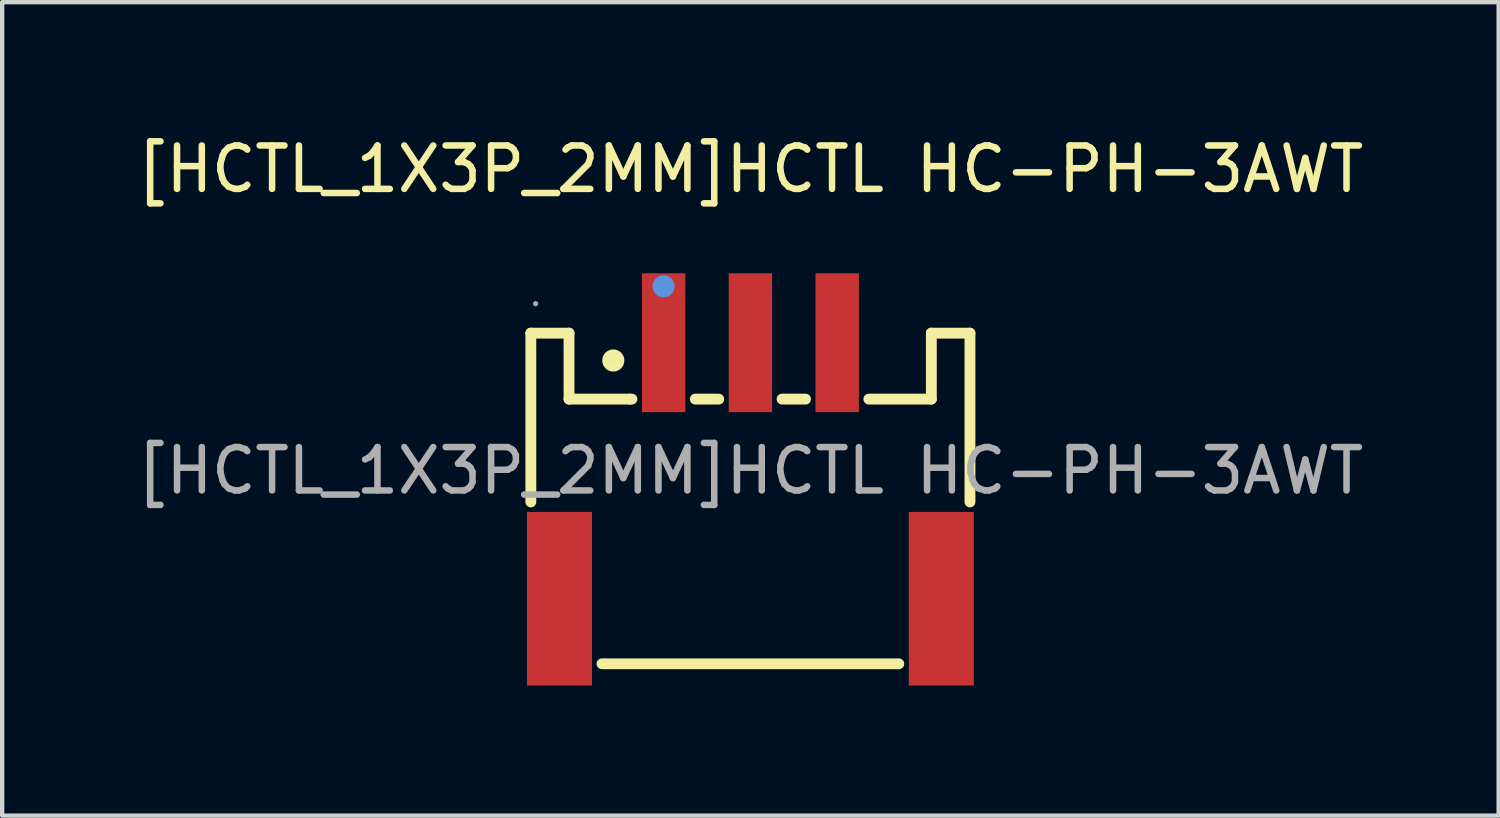
<source format=kicad_pcb>
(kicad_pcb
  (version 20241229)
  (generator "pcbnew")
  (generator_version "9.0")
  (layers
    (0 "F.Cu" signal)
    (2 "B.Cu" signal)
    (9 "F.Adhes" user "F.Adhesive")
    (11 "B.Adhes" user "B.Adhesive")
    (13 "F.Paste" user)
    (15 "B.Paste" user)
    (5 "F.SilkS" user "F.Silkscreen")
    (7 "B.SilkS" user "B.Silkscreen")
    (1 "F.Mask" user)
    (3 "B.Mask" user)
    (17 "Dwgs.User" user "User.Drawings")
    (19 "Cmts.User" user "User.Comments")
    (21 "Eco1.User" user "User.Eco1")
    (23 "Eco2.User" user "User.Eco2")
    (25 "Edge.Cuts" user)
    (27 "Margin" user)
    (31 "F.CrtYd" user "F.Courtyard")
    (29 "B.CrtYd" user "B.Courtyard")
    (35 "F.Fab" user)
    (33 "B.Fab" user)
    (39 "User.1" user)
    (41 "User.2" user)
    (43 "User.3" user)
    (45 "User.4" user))
  (footprint "[HCTL_1X3P_2MM]HCTL HC-PH-3AWT"
    (layer "F.Cu")
    (at 14.244 7.798)
    (property "Reference" "[HCTL_1X3P_2MM]HCTL HC-PH-3AWT" (at 0 -6.95 0) (layer "F.SilkS") (effects (font (size 1 1) (thickness 0.15))))
    (attr smd)
    (fp_line (start -5.06 -3.17) (end -4.18 -3.17) (stroke (width 0.25) (type solid)) (layer "F.SilkS"))
    (fp_line (start -5.06 0.72) (end -5.06 -3.17) (stroke (width 0.25) (type solid)) (layer "F.SilkS"))
    (fp_line (start -4.18 -3.17) (end -4.18 -1.65) (stroke (width 0.25) (type solid)) (layer "F.SilkS"))
    (fp_line (start -4.18 -1.65) (end -2.78 -1.65) (stroke (width 0.25) (type solid)) (layer "F.SilkS"))
    (fp_line (start -3.42 4.45) (end 3.42 4.45) (stroke (width 0.25) (type solid)) (layer "F.SilkS"))
    (fp_line (start -2.78 -1.65) (end -2.73 -1.65) (stroke (width 0.25) (type solid)) (layer "F.SilkS"))
    (fp_line (start -1.27 -1.65) (end -0.73 -1.65) (stroke (width 0.25) (type solid)) (layer "F.SilkS"))
    (fp_line (start 0.73 -1.65) (end 1.27 -1.65) (stroke (width 0.25) (type solid)) (layer "F.SilkS"))
    (fp_line (start 2.73 -1.65) (end 4.17 -1.65) (stroke (width 0.25) (type solid)) (layer "F.SilkS"))
    (fp_line (start 4.17 -3.17) (end 5.06 -3.17) (stroke (width 0.25) (type solid)) (layer "F.SilkS"))
    (fp_line (start 4.17 -1.65) (end 4.17 -3.17) (stroke (width 0.25) (type solid)) (layer "F.SilkS"))
    (fp_line (start 5.06 -3.17) (end 5.06 0.72) (stroke (width 0.25) (type solid)) (layer "F.SilkS"))
    (fp_circle (center -3.16 -2.54) (end -3.03 -2.54) (stroke (width 0.25) (type solid)) (fill no) (layer "F.SilkS"))
    (fp_circle (center -2 -4.25) (end -1.87 -4.25) (stroke (width 0.25) (type solid)) (fill no) (layer "Cmts.User"))
    (fp_circle (center -4.95 -3.85) (end -4.92 -3.85) (stroke (width 0.06) (type solid)) (fill no) (layer "F.Fab"))
    (fp_text user "${REFERENCE}" (at 0 0 0) (layer "F.Fab") (effects (font (size 1 1) (thickness 0.15))))
    (pad "1" smd rect (at -2 -2.95 180) (size 1 3.2) (layers "F.Cu" "F.Mask" "F.Paste"))
    (pad "2" smd rect (at 0 -2.95 180) (size 1 3.2) (layers "F.Cu" "F.Mask" "F.Paste"))
    (pad "3" smd rect (at 2 -2.95 180) (size 1 3.2) (layers "F.Cu" "F.Mask" "F.Paste"))
    (pad "4" smd rect (at 4.4 2.95 180) (size 1.5 4) (layers "F.Cu" "F.Mask" "F.Paste"))
    (pad "5" smd rect (at -4.4 2.95 180) (size 1.5 4) (layers "F.Cu" "F.Mask" "F.Paste")))
  (gr_rect
    (start -3 -3)
    (end 31.488 15.748)
    (stroke (width 0.1) (type default))
    (fill no)
    (layer "Edge.Cuts")))
</source>
